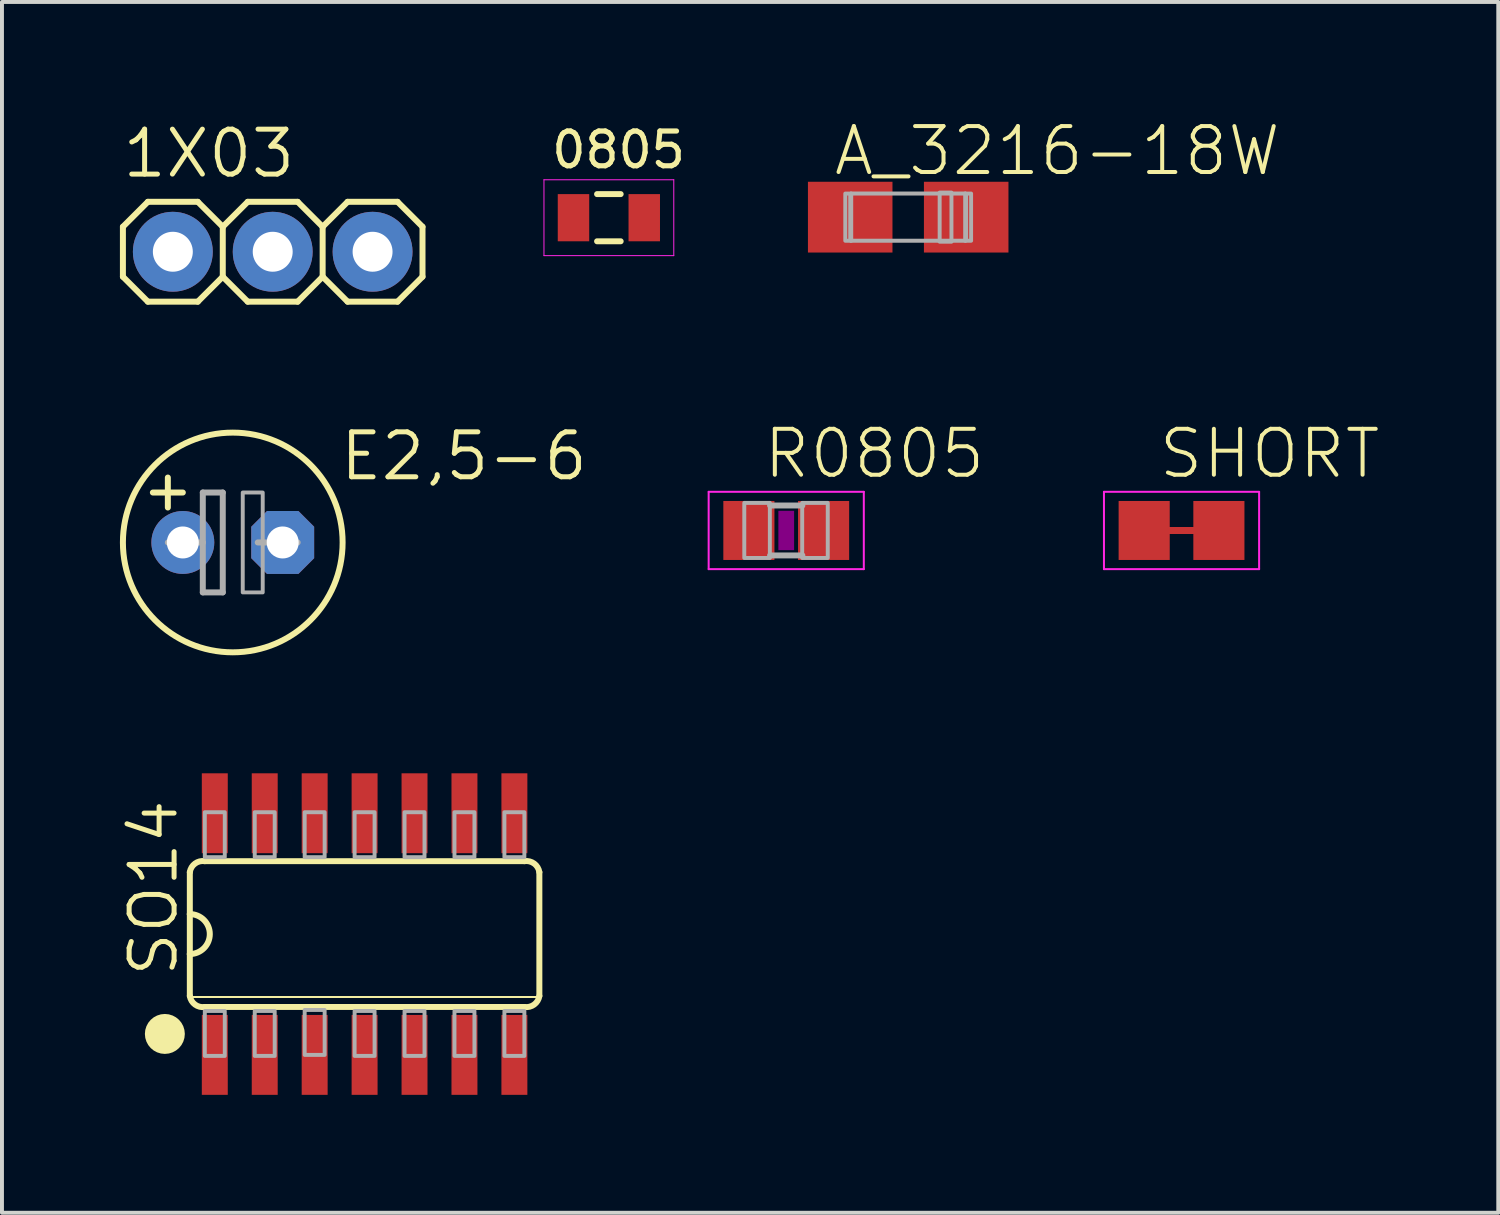
<source format=kicad_pcb>
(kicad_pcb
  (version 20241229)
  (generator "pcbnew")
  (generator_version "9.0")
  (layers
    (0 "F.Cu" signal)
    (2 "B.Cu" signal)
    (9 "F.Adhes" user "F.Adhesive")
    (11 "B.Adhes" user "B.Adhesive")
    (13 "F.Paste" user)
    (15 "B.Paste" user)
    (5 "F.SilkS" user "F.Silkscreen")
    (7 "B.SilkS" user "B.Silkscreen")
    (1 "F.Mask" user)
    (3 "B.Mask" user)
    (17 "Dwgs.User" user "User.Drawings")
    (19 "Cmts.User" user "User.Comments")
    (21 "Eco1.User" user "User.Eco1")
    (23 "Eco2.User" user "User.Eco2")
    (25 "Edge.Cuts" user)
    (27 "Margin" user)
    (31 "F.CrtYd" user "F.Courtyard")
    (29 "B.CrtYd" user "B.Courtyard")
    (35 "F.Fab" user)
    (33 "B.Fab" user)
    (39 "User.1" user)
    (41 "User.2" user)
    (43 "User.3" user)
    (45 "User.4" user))
  (footprint "E2,5-6"
    (layer "F.Cu")
    (at 2.87 10.747)
    (property "Reference" "E2,5-6" (at 2.667 -1.524 0) (layer "F.SilkS") (effects (font (size 1.143 1.143) (thickness 0.127)) (justify left bottom)))
    (fp_line (start -2.032 -1.27) (end -1.651 -1.27) (stroke (width 0.152) (type solid)) (layer "F.SilkS"))
    (fp_line (start -1.651 -1.27) (end -1.651 -1.651) (stroke (width 0.152) (type solid)) (layer "F.SilkS"))
    (fp_line (start -1.651 -1.27) (end -1.27 -1.27) (stroke (width 0.152) (type solid)) (layer "F.SilkS"))
    (fp_line (start -1.651 -0.889) (end -1.651 -1.27) (stroke (width 0.152) (type solid)) (layer "F.SilkS"))
    (fp_circle (center 0 0) (end 2.794 0) (stroke (width 0.152) (type solid)) (fill no) (layer "F.SilkS"))
    (fp_line (start -1.651 0) (end -0.762 0) (stroke (width 0.152) (type solid)) (layer "F.Fab"))
    (fp_line (start -0.762 -1.27) (end -0.762 0) (stroke (width 0.152) (type solid)) (layer "F.Fab"))
    (fp_line (start -0.762 0) (end -0.762 1.27) (stroke (width 0.152) (type solid)) (layer "F.Fab"))
    (fp_line (start -0.762 1.27) (end -0.254 1.27) (stroke (width 0.152) (type solid)) (layer "F.Fab"))
    (fp_line (start -0.254 -1.27) (end -0.762 -1.27) (stroke (width 0.152) (type solid)) (layer "F.Fab"))
    (fp_line (start -0.254 1.27) (end -0.254 -1.27) (stroke (width 0.152) (type solid)) (layer "F.Fab"))
    (fp_line (start 0.635 0) (end 1.651 0) (stroke (width 0.152) (type solid)) (layer "F.Fab"))
    (fp_poly (pts (xy 0.254 1.27) (xy 0.762 1.27) (xy 0.762 -1.27) (xy 0.254 -1.27)) (stroke (width 0.1) (type solid)) (fill no) (layer "F.Fab"))
    (pad "+" thru_hole circle (at -1.27 0) (size 1.6 1.6) (drill 0.813) (layers "*.Cu" "*.Mask"))
    (pad "-" thru_hole roundrect (at 1.27 0) (size 1.6 1.6) (drill 0.813) (layers "*.Cu" "*.Mask") (roundrect_rratio 0.25) (chamfer_ratio 0.25) (chamfer top_left top_right bottom_left bottom_right)))
  (footprint "0805"
    (layer "F.Cu")
    (at 12.436 2.487)
    (property "Reference" "0805" (at -1.524 -1.206 0) (layer "F.SilkS") (effects (font (size 0.884 0.884) (thickness 0.132)) (justify left bottom)))
    (fp_line (start -0.3 -0.6) (end 0.3 -0.6) (stroke (width 0.152) (type solid)) (layer "F.SilkS"))
    (fp_line (start -0.3 0.6) (end 0.3 0.6) (stroke (width 0.152) (type solid)) (layer "F.SilkS"))
    (fp_line (start -1.651 -0.965) (end 1.651 -0.965) (stroke (width 0.025) (type solid)) (layer "F.CrtYd"))
    (fp_line (start -1.651 0.965) (end -1.651 -0.965) (stroke (width 0.025) (type solid)) (layer "F.CrtYd"))
    (fp_line (start 1.651 -0.965) (end 1.651 0.965) (stroke (width 0.025) (type solid)) (layer "F.CrtYd"))
    (fp_line (start 1.651 0.965) (end -1.651 0.965) (stroke (width 0.025) (type solid)) (layer "F.CrtYd"))
    (pad "1" smd rect (at -0.9 0) (size 0.8 1.2) (layers "F.Cu" "F.Mask" "F.Paste"))
    (pad "2" smd rect (at 0.9 0) (size 0.8 1.2) (layers "F.Cu" "F.Mask" "F.Paste")))
  (footprint "A_3216-18W"
    (layer "F.Cu")
    (at 20.049 2.473)
    (property "Reference" "A_3216-18W" (at -1.95 -1 0) (layer "F.SilkS") (effects (font (size 1.168 1.168) (thickness 0.102)) (justify left bottom)))
    (fp_line (start -1.45 -0.6) (end 1.45 -0.6) (stroke (width 0.102) (type solid)) (layer "F.Fab"))
    (fp_line (start -1.45 0.6) (end -1.45 -0.6) (stroke (width 0.102) (type solid)) (layer "F.Fab"))
    (fp_line (start 1.45 -0.6) (end 1.45 0.6) (stroke (width 0.102) (type solid)) (layer "F.Fab"))
    (fp_line (start 1.45 0.6) (end -1.45 0.6) (stroke (width 0.102) (type solid)) (layer "F.Fab"))
    (fp_poly (pts (xy -1.6 0.6) (xy -1.475 0.6) (xy -1.475 -0.6) (xy -1.6 -0.6)) (stroke (width 0.1) (type solid)) (fill no) (layer "F.Fab"))
    (fp_poly (pts (xy 0.8 0.625) (xy 1.1 0.625) (xy 1.1 -0.625) (xy 0.8 -0.625)) (stroke (width 0.1) (type solid)) (fill no) (layer "F.Fab"))
    (fp_poly (pts (xy 1.475 0.6) (xy 1.6 0.6) (xy 1.6 -0.6) (xy 1.475 -0.6)) (stroke (width 0.1) (type solid)) (fill no) (layer "F.Fab"))
    (pad "+" smd rect (at 1.475 0) (size 2.15 1.8) (layers "F.Cu" "F.Mask" "F.Paste"))
    (pad "-" smd rect (at -1.475 0) (size 2.15 1.8) (layers "F.Cu" "F.Mask" "F.Paste")))
  (footprint "SHORT"
    (layer "F.Cu")
    (at 27.001 10.442)
    (property "Reference" "SHORT" (at -0.635 -1.27 0) (layer "F.SilkS") (effects (font (size 1.168 1.168) (thickness 0.102)) (justify left bottom)))
    (fp_line (start -0.381 0) (end 0.381 0) (stroke (width 0.178) (type solid)) (layer "F.Cu"))
    (fp_poly (pts (xy -0.2 0.254) (xy 0.2 0.254) (xy 0.2 -0.254) (xy -0.2 -0.254)) (stroke (width 0) (type solid)) (fill yes) (layer "F.Mask"))
    (fp_line (start -1.973 -0.983) (end 1.973 -0.983) (stroke (width 0.051) (type solid)) (layer "F.CrtYd"))
    (fp_line (start -1.973 0.983) (end -1.973 -0.983) (stroke (width 0.051) (type solid)) (layer "F.CrtYd"))
    (fp_line (start 1.973 -0.983) (end 1.973 0.983) (stroke (width 0.051) (type solid)) (layer "F.CrtYd"))
    (fp_line (start 1.973 0.983) (end -1.973 0.983) (stroke (width 0.051) (type solid)) (layer "F.CrtYd"))
    (pad "1" smd rect (at -0.95 0) (size 1.3 1.5) (layers "F.Cu" "F.Mask" "F.Paste"))
    (pad "2" smd rect (at 0.95 0) (size 1.3 1.5) (layers "F.Cu" "F.Mask" "F.Paste")))
  (footprint "SO14"
    (layer "F.Cu")
    (at 6.223 20.707)
    (property "Reference" "SO14" (at -4.699 1.143 90) (layer "F.SilkS") (effects (font (size 1.143 1.143) (thickness 0.127)) (justify left bottom)))
    (fp_line (start -4.445 -1.575) (end -4.445 -0.508) (stroke (width 0.152) (type solid)) (layer "F.SilkS"))
    (fp_line (start -4.445 -0.508) (end -4.445 0.508) (stroke (width 0.152) (type solid)) (layer "F.SilkS"))
    (fp_line (start -4.445 0.508) (end -4.445 1.575) (stroke (width 0.152) (type solid)) (layer "F.SilkS"))
    (fp_line (start -4.445 1.6) (end 4.445 1.6) (stroke (width 0.051) (type solid)) (layer "F.SilkS"))
    (fp_line (start -4.064 1.854) (end 4.064 1.854) (stroke (width 0.152) (type solid)) (layer "F.SilkS"))
    (fp_line (start 4.064 -1.854) (end -4.064 -1.854) (stroke (width 0.152) (type solid)) (layer "F.SilkS"))
    (fp_line (start 4.445 1.575) (end 4.445 -1.575) (stroke (width 0.152) (type solid)) (layer "F.SilkS"))
    (fp_arc (start -4.445 -1.5748) (mid -4.312366 -1.793408) (end -4.064 -1.8542) (stroke (width 0.1524) (type solid)) (layer "F.SilkS"))
    (fp_arc (start -4.445 -0.508) (mid -3.937 0) (end -4.445 0.508) (stroke (width 0.1524) (type solid)) (layer "F.SilkS"))
    (fp_arc (start -4.064 1.8542) (mid -4.312366 1.793408) (end -4.445 1.5748) (stroke (width 0.1524) (type solid)) (layer "F.SilkS"))
    (fp_arc (start 4.064 -1.8542) (mid 4.312366 -1.793408) (end 4.445 -1.5748) (stroke (width 0.1524) (type solid)) (layer "F.SilkS"))
    (fp_arc (start 4.445 1.5748) (mid 4.312366 1.793408) (end 4.064 1.8542) (stroke (width 0.1524) (type solid)) (layer "F.SilkS"))
    (fp_circle (center -5.08 2.54) (end -4.826 2.54) (stroke (width 0.508) (type solid)) (fill no) (layer "F.SilkS"))
    (fp_poly (pts (xy -4.064 -1.956) (xy -3.556 -1.956) (xy -3.556 -3.099) (xy -4.064 -3.099)) (stroke (width 0.1) (type solid)) (fill no) (layer "F.Fab"))
    (fp_poly (pts (xy -4.064 3.099) (xy -3.556 3.099) (xy -3.556 1.956) (xy -4.064 1.956)) (stroke (width 0.1) (type solid)) (fill no) (layer "F.Fab"))
    (fp_poly (pts (xy -2.794 -1.956) (xy -2.286 -1.956) (xy -2.286 -3.099) (xy -2.794 -3.099)) (stroke (width 0.1) (type solid)) (fill no) (layer "F.Fab"))
    (fp_poly (pts (xy -2.794 3.099) (xy -2.286 3.099) (xy -2.286 1.956) (xy -2.794 1.956)) (stroke (width 0.1) (type solid)) (fill no) (layer "F.Fab"))
    (fp_poly (pts (xy -1.524 -1.956) (xy -1.016 -1.956) (xy -1.016 -3.099) (xy -1.524 -3.099)) (stroke (width 0.1) (type solid)) (fill no) (layer "F.Fab"))
    (fp_poly (pts (xy -1.524 3.073) (xy -1.016 3.073) (xy -1.016 1.93) (xy -1.524 1.93)) (stroke (width 0.1) (type solid)) (fill no) (layer "F.Fab"))
    (fp_poly (pts (xy -0.254 -1.956) (xy 0.254 -1.956) (xy 0.254 -3.099) (xy -0.254 -3.099)) (stroke (width 0.1) (type solid)) (fill no) (layer "F.Fab"))
    (fp_poly (pts (xy -0.254 3.099) (xy 0.254 3.099) (xy 0.254 1.956) (xy -0.254 1.956)) (stroke (width 0.1) (type solid)) (fill no) (layer "F.Fab"))
    (fp_poly (pts (xy 1.016 -1.956) (xy 1.524 -1.956) (xy 1.524 -3.099) (xy 1.016 -3.099)) (stroke (width 0.1) (type solid)) (fill no) (layer "F.Fab"))
    (fp_poly (pts (xy 1.016 3.099) (xy 1.524 3.099) (xy 1.524 1.956) (xy 1.016 1.956)) (stroke (width 0.1) (type solid)) (fill no) (layer "F.Fab"))
    (fp_poly (pts (xy 2.286 -1.956) (xy 2.794 -1.956) (xy 2.794 -3.099) (xy 2.286 -3.099)) (stroke (width 0.1) (type solid)) (fill no) (layer "F.Fab"))
    (fp_poly (pts (xy 2.286 3.099) (xy 2.794 3.099) (xy 2.794 1.956) (xy 2.286 1.956)) (stroke (width 0.1) (type solid)) (fill no) (layer "F.Fab"))
    (fp_poly (pts (xy 3.556 -1.956) (xy 4.064 -1.956) (xy 4.064 -3.099) (xy 3.556 -3.099)) (stroke (width 0.1) (type solid)) (fill no) (layer "F.Fab"))
    (fp_poly (pts (xy 3.556 3.099) (xy 4.064 3.099) (xy 4.064 1.956) (xy 3.556 1.956)) (stroke (width 0.1) (type solid)) (fill no) (layer "F.Fab"))
    (pad "1" smd rect (at -3.81 3.073) (size 0.66 2.032) (layers "F.Cu" "F.Mask" "F.Paste"))
    (pad "2" smd rect (at -2.54 3.073) (size 0.66 2.032) (layers "F.Cu" "F.Mask" "F.Paste"))
    (pad "3" smd rect (at -1.27 3.073) (size 0.66 2.032) (layers "F.Cu" "F.Mask" "F.Paste"))
    (pad "4" smd rect (at 0 3.073) (size 0.66 2.032) (layers "F.Cu" "F.Mask" "F.Paste"))
    (pad "5" smd rect (at 1.27 3.073) (size 0.66 2.032) (layers "F.Cu" "F.Mask" "F.Paste"))
    (pad "6" smd rect (at 2.54 3.073) (size 0.66 2.032) (layers "F.Cu" "F.Mask" "F.Paste"))
    (pad "7" smd rect (at 3.81 3.073) (size 0.66 2.032) (layers "F.Cu" "F.Mask" "F.Paste"))
    (pad "8" smd rect (at 3.81 -3.073) (size 0.66 2.032) (layers "F.Cu" "F.Mask" "F.Paste"))
    (pad "9" smd rect (at 2.54 -3.073) (size 0.66 2.032) (layers "F.Cu" "F.Mask" "F.Paste"))
    (pad "10" smd rect (at 1.27 -3.073) (size 0.66 2.032) (layers "F.Cu" "F.Mask" "F.Paste"))
    (pad "11" smd rect (at 0 -3.073) (size 0.66 2.032) (layers "F.Cu" "F.Mask" "F.Paste"))
    (pad "12" smd rect (at -1.27 -3.073) (size 0.66 2.032) (layers "F.Cu" "F.Mask" "F.Paste"))
    (pad "13" smd rect (at -2.54 -3.073) (size 0.66 2.032) (layers "F.Cu" "F.Mask" "F.Paste"))
    (pad "14" smd rect (at -3.81 -3.073) (size 0.66 2.032) (layers "F.Cu" "F.Mask" "F.Paste")))
  (footprint "1X03"
    (layer "F.Cu")
    (at 3.886 3.353)
    (property "Reference" "1X03" (at -3.886 -1.829 0) (layer "F.SilkS") (effects (font (size 1.143 1.143) (thickness 0.127)) (justify left bottom)))
    (fp_line (start -3.81 -0.635) (end -3.81 0.635) (stroke (width 0.152) (type solid)) (layer "F.SilkS"))
    (fp_line (start -3.81 0.635) (end -3.175 1.27) (stroke (width 0.152) (type solid)) (layer "F.SilkS"))
    (fp_line (start -3.175 -1.27) (end -3.81 -0.635) (stroke (width 0.152) (type solid)) (layer "F.SilkS"))
    (fp_line (start -3.175 -1.27) (end -1.905 -1.27) (stroke (width 0.152) (type solid)) (layer "F.SilkS"))
    (fp_line (start -1.905 -1.27) (end -1.27 -0.635) (stroke (width 0.152) (type solid)) (layer "F.SilkS"))
    (fp_line (start -1.905 1.27) (end -3.175 1.27) (stroke (width 0.152) (type solid)) (layer "F.SilkS"))
    (fp_line (start -1.27 -0.635) (end -1.27 0.635) (stroke (width 0.152) (type solid)) (layer "F.SilkS"))
    (fp_line (start -1.27 -0.635) (end -0.635 -1.27) (stroke (width 0.152) (type solid)) (layer "F.SilkS"))
    (fp_line (start -1.27 0.635) (end -1.905 1.27) (stroke (width 0.152) (type solid)) (layer "F.SilkS"))
    (fp_line (start -0.635 -1.27) (end 0.635 -1.27) (stroke (width 0.152) (type solid)) (layer "F.SilkS"))
    (fp_line (start -0.635 1.27) (end -1.27 0.635) (stroke (width 0.152) (type solid)) (layer "F.SilkS"))
    (fp_line (start 0.635 -1.27) (end 1.27 -0.635) (stroke (width 0.152) (type solid)) (layer "F.SilkS"))
    (fp_line (start 0.635 1.27) (end -0.635 1.27) (stroke (width 0.152) (type solid)) (layer "F.SilkS"))
    (fp_line (start 1.27 -0.635) (end 1.27 0.635) (stroke (width 0.152) (type solid)) (layer "F.SilkS"))
    (fp_line (start 1.27 -0.635) (end 1.905 -1.27) (stroke (width 0.152) (type solid)) (layer "F.SilkS"))
    (fp_line (start 1.27 0.635) (end 0.635 1.27) (stroke (width 0.152) (type solid)) (layer "F.SilkS"))
    (fp_line (start 1.905 -1.27) (end 3.175 -1.27) (stroke (width 0.152) (type solid)) (layer "F.SilkS"))
    (fp_line (start 1.905 1.27) (end 1.27 0.635) (stroke (width 0.152) (type solid)) (layer "F.SilkS"))
    (fp_line (start 3.175 -1.27) (end 3.81 -0.635) (stroke (width 0.152) (type solid)) (layer "F.SilkS"))
    (fp_line (start 3.175 1.27) (end 1.905 1.27) (stroke (width 0.152) (type solid)) (layer "F.SilkS"))
    (fp_line (start 3.81 -0.635) (end 3.81 0.635) (stroke (width 0.152) (type solid)) (layer "F.SilkS"))
    (fp_line (start 3.81 0.635) (end 3.175 1.27) (stroke (width 0.152) (type solid)) (layer "F.SilkS"))
    (fp_poly (pts (xy -2.794 0.254) (xy -2.286 0.254) (xy -2.286 -0.254) (xy -2.794 -0.254)) (stroke (width 0.1) (type solid)) (fill no) (layer "F.Fab"))
    (fp_poly (pts (xy -0.254 0.254) (xy 0.254 0.254) (xy 0.254 -0.254) (xy -0.254 -0.254)) (stroke (width 0.1) (type solid)) (fill no) (layer "F.Fab"))
    (fp_poly (pts (xy 2.286 0.254) (xy 2.794 0.254) (xy 2.794 -0.254) (xy 2.286 -0.254)) (stroke (width 0.1) (type solid)) (fill no) (layer "F.Fab"))
    (pad "1" thru_hole circle (at -2.54 0 90) (size 2.032 2.032) (drill 1.016) (layers "*.Cu" "*.Mask"))
    (pad "2" thru_hole circle (at 0 0 90) (size 2.032 2.032) (drill 1.016) (layers "*.Cu" "*.Mask"))
    (pad "3" thru_hole circle (at 2.54 0 90) (size 2.032 2.032) (drill 1.016) (layers "*.Cu" "*.Mask")))
  (footprint "R0805"
    (layer "F.Cu")
    (at 16.947 10.442)
    (property "Reference" "R0805" (at -0.635 -1.27 0) (layer "F.SilkS") (effects (font (size 1.168 1.168) (thickness 0.102)) (justify left bottom)))
    (fp_poly (pts (xy -0.2 0.5) (xy 0.2 0.5) (xy 0.2 -0.5) (xy -0.2 -0.5)) (stroke (width 0) (type solid)) (fill yes) (layer "F.Adhes"))
    (fp_line (start -1.973 -0.983) (end 1.973 -0.983) (stroke (width 0.051) (type solid)) (layer "F.CrtYd"))
    (fp_line (start -1.973 0.983) (end -1.973 -0.983) (stroke (width 0.051) (type solid)) (layer "F.CrtYd"))
    (fp_line (start 1.973 -0.983) (end 1.973 0.983) (stroke (width 0.051) (type solid)) (layer "F.CrtYd"))
    (fp_line (start 1.973 0.983) (end -1.973 0.983) (stroke (width 0.051) (type solid)) (layer "F.CrtYd"))
    (fp_line (start -0.41 -0.635) (end 0.41 -0.635) (stroke (width 0.152) (type solid)) (layer "F.Fab"))
    (fp_line (start -0.41 0.635) (end 0.41 0.635) (stroke (width 0.152) (type solid)) (layer "F.Fab"))
    (fp_poly (pts (xy -1.067 0.699) (xy -0.417 0.699) (xy -0.417 -0.702) (xy -1.067 -0.702)) (stroke (width 0.1) (type solid)) (fill no) (layer "F.Fab"))
    (fp_poly (pts (xy 0.406 0.699) (xy 1.056 0.699) (xy 1.056 -0.702) (xy 0.406 -0.702)) (stroke (width 0.1) (type solid)) (fill no) (layer "F.Fab"))
    (pad "1" smd rect (at -0.95 0) (size 1.3 1.5) (layers "F.Cu" "F.Mask" "F.Paste"))
    (pad "2" smd rect (at 0.95 0) (size 1.3 1.5) (layers "F.Cu" "F.Mask" "F.Paste")))
  (gr_rect
    (start -3 -3)
    (end 35.057 27.796)
    (stroke (width 0.1) (type default))
    (fill no)
    (layer "Edge.Cuts")))
</source>
